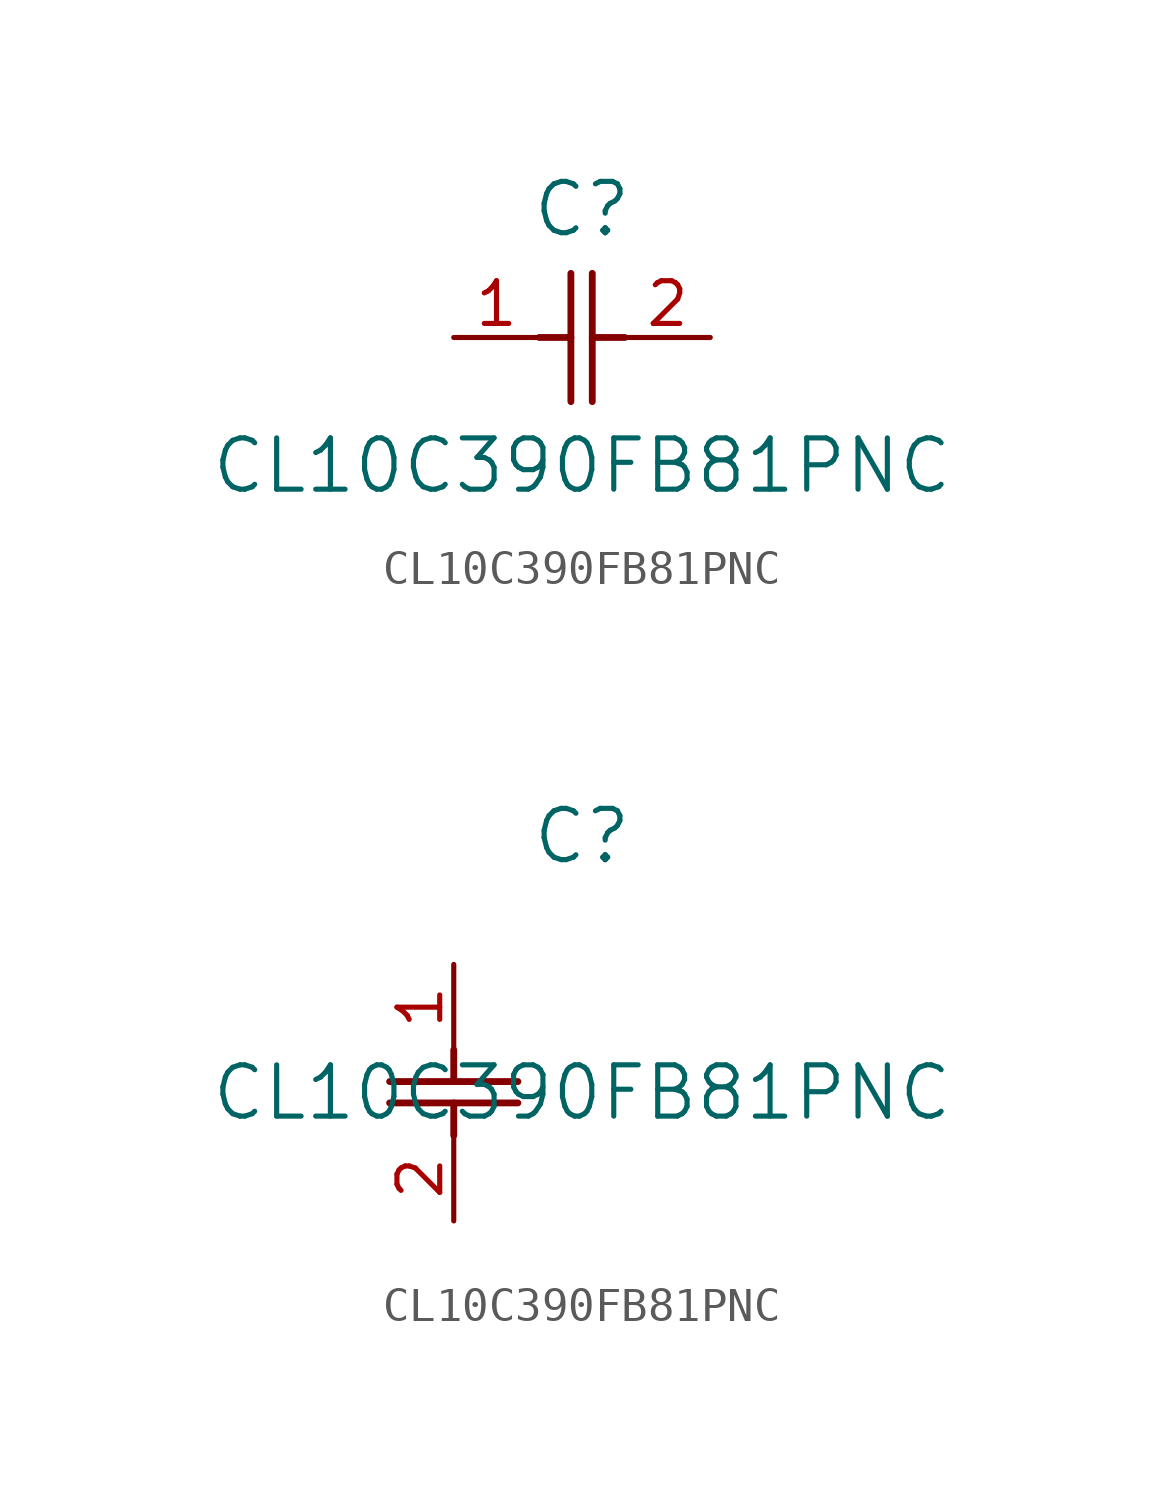
<source format=kicad_sym>
(kicad_symbol_lib
  (version 20211014)
  (generator kicad_symbol_editor)
  (symbol "CL10C390FB81PNC"
    (pin_names
      (offset 0.254))
    (property "Reference" "C"
      (at 3.81 3.81 0)
      (effects (font (size 1.524 1.524))))
    (property "Value" "CL10C390FB81PNC"
      (at 3.81 -3.81 0)
      (effects (font (size 1.524 1.524))))
    (symbol "CL10C390FB81PNC_1_1"
      (polyline (pts (xy 3.48 -1.905) (xy 3.48 1.905)) (stroke (width 0.203) (type default) (color 0 0 0 0)) (fill (type none)))
      (polyline (pts (xy 4.115 -1.905) (xy 4.115 1.905)) (stroke (width 0.203) (type default) (color 0 0 0 0)) (fill (type none)))
      (polyline (pts (xy 4.115 0) (xy 5.08 0)) (stroke (width 0.203) (type default) (color 0 0 0 0)) (fill (type none)))
      (polyline (pts (xy 2.54 0) (xy 3.48 0)) (stroke (width 0.203) (type default) (color 0 0 0 0)) (fill (type none)))
      (pin unspecified line (at 0 0 0) (length 2.54) (name "" (effects (font (size 1.27 1.27)))) (number "1" (effects (font (size 1.27 1.27)))))
      (pin unspecified line (at 7.62 0 180) (length 2.54) (name "" (effects (font (size 1.27 1.27)))) (number "2" (effects (font (size 1.27 1.27))))))
    (symbol "CL10C390FB81PNC_1_2"
      (polyline (pts (xy -1.905 -3.48) (xy 1.905 -3.48)) (stroke (width 0.203) (type default) (color 0 0 0 0)) (fill (type none)))
      (polyline (pts (xy -1.905 -4.115) (xy 1.905 -4.115)) (stroke (width 0.203) (type default) (color 0 0 0 0)) (fill (type none)))
      (polyline (pts (xy 0 -4.115) (xy 0 -5.08)) (stroke (width 0.203) (type default) (color 0 0 0 0)) (fill (type none)))
      (polyline (pts (xy 0 -2.54) (xy 0 -3.48)) (stroke (width 0.203) (type default) (color 0 0 0 0)) (fill (type none)))
      (pin unspecified line (at 0 0 270) (length 2.54) (name "" (effects (font (size 1.27 1.27)))) (number "1" (effects (font (size 1.27 1.27)))))
      (pin unspecified line (at 0 -7.62 90) (length 2.54) (name "" (effects (font (size 1.27 1.27)))) (number "2" (effects (font (size 1.27 1.27))))))))
</source>
